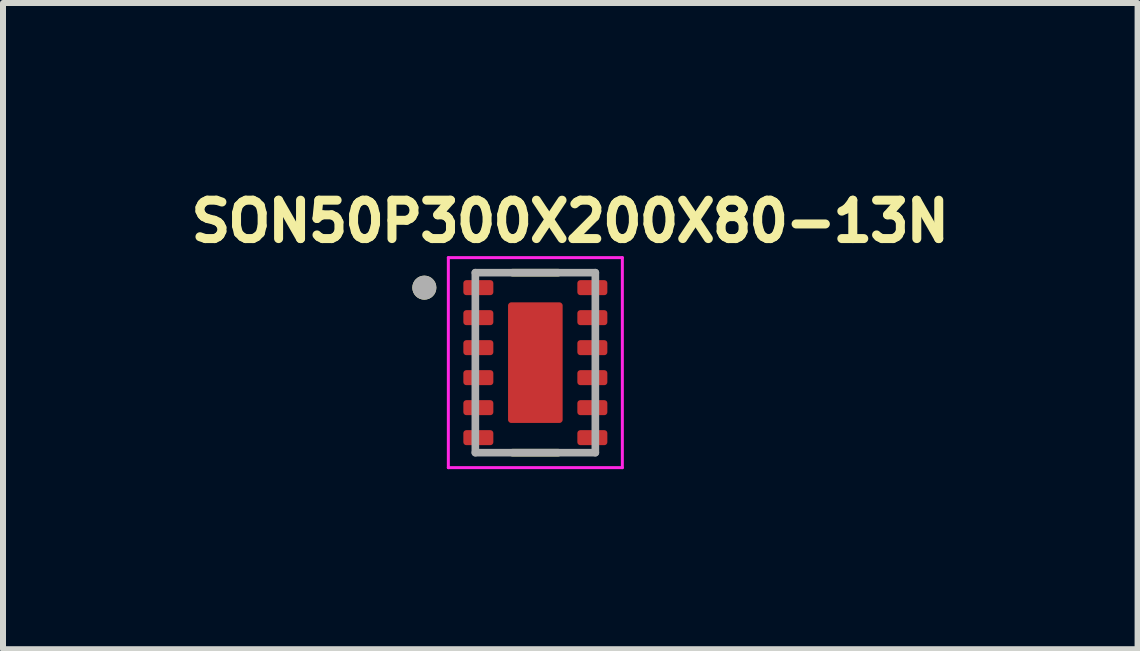
<source format=kicad_pcb>
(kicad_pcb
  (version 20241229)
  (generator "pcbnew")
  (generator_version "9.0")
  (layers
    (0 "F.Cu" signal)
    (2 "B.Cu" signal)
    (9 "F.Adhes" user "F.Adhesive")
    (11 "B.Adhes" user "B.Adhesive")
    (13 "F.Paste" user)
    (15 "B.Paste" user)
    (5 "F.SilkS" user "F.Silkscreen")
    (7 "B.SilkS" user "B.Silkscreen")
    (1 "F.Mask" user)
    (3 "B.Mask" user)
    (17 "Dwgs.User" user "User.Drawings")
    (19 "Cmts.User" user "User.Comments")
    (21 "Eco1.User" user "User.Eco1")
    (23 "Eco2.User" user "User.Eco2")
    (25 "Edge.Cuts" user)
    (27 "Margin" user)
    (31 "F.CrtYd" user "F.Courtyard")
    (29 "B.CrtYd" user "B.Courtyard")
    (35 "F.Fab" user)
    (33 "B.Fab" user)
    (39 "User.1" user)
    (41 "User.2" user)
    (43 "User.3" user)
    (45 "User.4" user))
  (footprint "SON50P300X200X80-13N"
    (layer "F.Cu")
    (at 5.872 2.994)
    (property "Reference" "SON50P300X200X80-13N" (at 0.582 -2.356 0) (layer "F.SilkS") (effects (font (size 0.64 0.64) (thickness 0.15))))
    (attr smd)
    (fp_poly (pts (xy -0.32 -0.195) (xy 0 -0.195) (xy 0.32 -0.195)) (stroke (width 0.01) (type solid)) (fill yes) (layer "F.Mask"))
    (fp_poly (pts (xy -1.27 -1.105) (xy -1.27 -1.395) (xy -1.27 -1.398) (xy -1.27 -1.4) (xy -1.269 -1.403) (xy -1.269 -1.405) (xy -1.268 -1.408) (xy -1.268 -1.41) (xy -1.267 -1.413) (xy -1.266 -1.415) (xy -1.265 -1.418) (xy -1.263 -1.42) (xy -1.262 -1.422) (xy -1.26 -1.424) (xy -1.259 -1.426) (xy -1.257 -1.428) (xy -1.255 -1.43) (xy -1.253 -1.432) (xy -1.251 -1.434) (xy -1.249 -1.435) (xy -1.247 -1.437) (xy -1.245 -1.438) (xy -1.243 -1.44) (xy -1.24 -1.441) (xy -1.238 -1.442) (xy -1.235 -1.443) (xy -1.233 -1.443) (xy -1.23 -1.444) (xy -1.228 -1.444) (xy -1.225 -1.445) (xy -1.223 -1.445) (xy -1.22 -1.445) (xy -0.68 -1.445) (xy -0.677 -1.445) (xy -0.675 -1.445) (xy -0.672 -1.444) (xy -0.67 -1.444) (xy -0.667 -1.443) (xy -0.665 -1.443) (xy -0.662 -1.442) (xy -0.66 -1.441) (xy -0.657 -1.44) (xy -0.655 -1.438) (xy -0.653 -1.437) (xy -0.651 -1.435) (xy -0.649 -1.434) (xy -0.647 -1.432) (xy -0.645 -1.43) (xy -0.643 -1.428) (xy -0.641 -1.426) (xy -0.64 -1.424) (xy -0.638 -1.422) (xy -0.637 -1.42) (xy -0.635 -1.418) (xy -0.634 -1.415) (xy -0.633 -1.413) (xy -0.632 -1.41) (xy -0.632 -1.408) (xy -0.631 -1.405) (xy -0.631 -1.403) (xy -0.63 -1.4) (xy -0.63 -1.398) (xy -0.63 -1.395) (xy -0.63 -1.105) (xy -0.63 -1.102) (xy -0.63 -1.1) (xy -0.631 -1.097) (xy -0.631 -1.095) (xy -0.632 -1.092) (xy -0.632 -1.09) (xy -0.633 -1.087) (xy -0.634 -1.085) (xy -0.635 -1.082) (xy -0.637 -1.08) (xy -0.638 -1.078) (xy -0.64 -1.076) (xy -0.641 -1.074) (xy -0.643 -1.072) (xy -0.645 -1.07) (xy -0.647 -1.068) (xy -0.649 -1.066) (xy -0.651 -1.065) (xy -0.653 -1.063) (xy -0.655 -1.062) (xy -0.657 -1.06) (xy -0.66 -1.059) (xy -0.662 -1.058) (xy -0.665 -1.057) (xy -0.667 -1.057) (xy -0.67 -1.056) (xy -0.672 -1.056) (xy -0.675 -1.055) (xy -0.677 -1.055) (xy -0.68 -1.055) (xy -1.22 -1.055) (xy -1.223 -1.055) (xy -1.225 -1.055) (xy -1.228 -1.056) (xy -1.23 -1.056) (xy -1.233 -1.057) (xy -1.235 -1.057) (xy -1.238 -1.058) (xy -1.24 -1.059) (xy -1.243 -1.06) (xy -1.245 -1.062) (xy -1.247 -1.063) (xy -1.249 -1.065) (xy -1.251 -1.066) (xy -1.253 -1.068) (xy -1.255 -1.07) (xy -1.257 -1.072) (xy -1.259 -1.074) (xy -1.26 -1.076) (xy -1.262 -1.078) (xy -1.263 -1.08) (xy -1.265 -1.082) (xy -1.266 -1.085) (xy -1.267 -1.087) (xy -1.268 -1.09) (xy -1.268 -1.092) (xy -1.269 -1.095) (xy -1.269 -1.097) (xy -1.27 -1.1) (xy -1.27 -1.102) (xy -1.27 -1.105)) (stroke (width 0.01) (type solid)) (fill yes) (layer "F.Mask"))
    (fp_poly (pts (xy -1.27 -0.605) (xy -1.27 -0.895) (xy -1.27 -0.898) (xy -1.27 -0.9) (xy -1.269 -0.903) (xy -1.269 -0.905) (xy -1.268 -0.908) (xy -1.268 -0.91) (xy -1.267 -0.913) (xy -1.266 -0.915) (xy -1.265 -0.918) (xy -1.263 -0.92) (xy -1.262 -0.922) (xy -1.26 -0.924) (xy -1.259 -0.926) (xy -1.257 -0.928) (xy -1.255 -0.93) (xy -1.253 -0.932) (xy -1.251 -0.934) (xy -1.249 -0.935) (xy -1.247 -0.937) (xy -1.245 -0.938) (xy -1.243 -0.94) (xy -1.24 -0.941) (xy -1.238 -0.942) (xy -1.235 -0.943) (xy -1.233 -0.943) (xy -1.23 -0.944) (xy -1.228 -0.944) (xy -1.225 -0.945) (xy -1.223 -0.945) (xy -1.22 -0.945) (xy -0.68 -0.945) (xy -0.677 -0.945) (xy -0.675 -0.945) (xy -0.672 -0.944) (xy -0.67 -0.944) (xy -0.667 -0.943) (xy -0.665 -0.943) (xy -0.662 -0.942) (xy -0.66 -0.941) (xy -0.657 -0.94) (xy -0.655 -0.938) (xy -0.653 -0.937) (xy -0.651 -0.935) (xy -0.649 -0.934) (xy -0.647 -0.932) (xy -0.645 -0.93) (xy -0.643 -0.928) (xy -0.641 -0.926) (xy -0.64 -0.924) (xy -0.638 -0.922) (xy -0.637 -0.92) (xy -0.635 -0.918) (xy -0.634 -0.915) (xy -0.633 -0.913) (xy -0.632 -0.91) (xy -0.632 -0.908) (xy -0.631 -0.905) (xy -0.631 -0.903) (xy -0.63 -0.9) (xy -0.63 -0.898) (xy -0.63 -0.895) (xy -0.63 -0.605) (xy -0.63 -0.602) (xy -0.63 -0.6) (xy -0.631 -0.597) (xy -0.631 -0.595) (xy -0.632 -0.592) (xy -0.632 -0.59) (xy -0.633 -0.587) (xy -0.634 -0.585) (xy -0.635 -0.582) (xy -0.637 -0.58) (xy -0.638 -0.578) (xy -0.64 -0.576) (xy -0.641 -0.574) (xy -0.643 -0.572) (xy -0.645 -0.57) (xy -0.647 -0.568) (xy -0.649 -0.566) (xy -0.651 -0.565) (xy -0.653 -0.563) (xy -0.655 -0.562) (xy -0.657 -0.56) (xy -0.66 -0.559) (xy -0.662 -0.558) (xy -0.665 -0.557) (xy -0.667 -0.557) (xy -0.67 -0.556) (xy -0.672 -0.556) (xy -0.675 -0.555) (xy -0.677 -0.555) (xy -0.68 -0.555) (xy -1.22 -0.555) (xy -1.223 -0.555) (xy -1.225 -0.555) (xy -1.228 -0.556) (xy -1.23 -0.556) (xy -1.233 -0.557) (xy -1.235 -0.557) (xy -1.238 -0.558) (xy -1.24 -0.559) (xy -1.243 -0.56) (xy -1.245 -0.562) (xy -1.247 -0.563) (xy -1.249 -0.565) (xy -1.251 -0.566) (xy -1.253 -0.568) (xy -1.255 -0.57) (xy -1.257 -0.572) (xy -1.259 -0.574) (xy -1.26 -0.576) (xy -1.262 -0.578) (xy -1.263 -0.58) (xy -1.265 -0.582) (xy -1.266 -0.585) (xy -1.267 -0.587) (xy -1.268 -0.59) (xy -1.268 -0.592) (xy -1.269 -0.595) (xy -1.269 -0.597) (xy -1.27 -0.6) (xy -1.27 -0.602) (xy -1.27 -0.605)) (stroke (width 0.01) (type solid)) (fill yes) (layer "F.Mask"))
    (fp_poly (pts (xy -1.27 -0.105) (xy -1.27 -0.395) (xy -1.27 -0.398) (xy -1.27 -0.4) (xy -1.269 -0.403) (xy -1.269 -0.405) (xy -1.268 -0.408) (xy -1.268 -0.41) (xy -1.267 -0.413) (xy -1.266 -0.415) (xy -1.265 -0.418) (xy -1.263 -0.42) (xy -1.262 -0.422) (xy -1.26 -0.424) (xy -1.259 -0.426) (xy -1.257 -0.428) (xy -1.255 -0.43) (xy -1.253 -0.432) (xy -1.251 -0.434) (xy -1.249 -0.435) (xy -1.247 -0.437) (xy -1.245 -0.438) (xy -1.243 -0.44) (xy -1.24 -0.441) (xy -1.238 -0.442) (xy -1.235 -0.443) (xy -1.233 -0.443) (xy -1.23 -0.444) (xy -1.228 -0.444) (xy -1.225 -0.445) (xy -1.223 -0.445) (xy -1.22 -0.445) (xy -0.68 -0.445) (xy -0.677 -0.445) (xy -0.675 -0.445) (xy -0.672 -0.444) (xy -0.67 -0.444) (xy -0.667 -0.443) (xy -0.665 -0.443) (xy -0.662 -0.442) (xy -0.66 -0.441) (xy -0.657 -0.44) (xy -0.655 -0.438) (xy -0.653 -0.437) (xy -0.651 -0.435) (xy -0.649 -0.434) (xy -0.647 -0.432) (xy -0.645 -0.43) (xy -0.643 -0.428) (xy -0.641 -0.426) (xy -0.64 -0.424) (xy -0.638 -0.422) (xy -0.637 -0.42) (xy -0.635 -0.418) (xy -0.634 -0.415) (xy -0.633 -0.413) (xy -0.632 -0.41) (xy -0.632 -0.408) (xy -0.631 -0.405) (xy -0.631 -0.403) (xy -0.63 -0.4) (xy -0.63 -0.398) (xy -0.63 -0.395) (xy -0.63 -0.105) (xy -0.63 -0.102) (xy -0.63 -0.1) (xy -0.631 -0.097) (xy -0.631 -0.095) (xy -0.632 -0.092) (xy -0.632 -0.09) (xy -0.633 -0.087) (xy -0.634 -0.085) (xy -0.635 -0.082) (xy -0.637 -0.08) (xy -0.638 -0.078) (xy -0.64 -0.076) (xy -0.641 -0.074) (xy -0.643 -0.072) (xy -0.645 -0.07) (xy -0.647 -0.068) (xy -0.649 -0.066) (xy -0.651 -0.065) (xy -0.653 -0.063) (xy -0.655 -0.062) (xy -0.657 -0.06) (xy -0.66 -0.059) (xy -0.662 -0.058) (xy -0.665 -0.057) (xy -0.667 -0.057) (xy -0.67 -0.056) (xy -0.672 -0.056) (xy -0.675 -0.055) (xy -0.677 -0.055) (xy -0.68 -0.055) (xy -1.22 -0.055) (xy -1.223 -0.055) (xy -1.225 -0.055) (xy -1.228 -0.056) (xy -1.23 -0.056) (xy -1.233 -0.057) (xy -1.235 -0.057) (xy -1.238 -0.058) (xy -1.24 -0.059) (xy -1.243 -0.06) (xy -1.245 -0.062) (xy -1.247 -0.063) (xy -1.249 -0.065) (xy -1.251 -0.066) (xy -1.253 -0.068) (xy -1.255 -0.07) (xy -1.257 -0.072) (xy -1.259 -0.074) (xy -1.26 -0.076) (xy -1.262 -0.078) (xy -1.263 -0.08) (xy -1.265 -0.082) (xy -1.266 -0.085) (xy -1.267 -0.087) (xy -1.268 -0.09) (xy -1.268 -0.092) (xy -1.269 -0.095) (xy -1.269 -0.097) (xy -1.27 -0.1) (xy -1.27 -0.102) (xy -1.27 -0.105)) (stroke (width 0.01) (type solid)) (fill yes) (layer "F.Mask"))
    (fp_poly (pts (xy -1.27 0.395) (xy -1.27 0.105) (xy -1.27 0.102) (xy -1.27 0.1) (xy -1.269 0.097) (xy -1.269 0.095) (xy -1.268 0.092) (xy -1.268 0.09) (xy -1.267 0.087) (xy -1.266 0.085) (xy -1.265 0.082) (xy -1.263 0.08) (xy -1.262 0.078) (xy -1.26 0.076) (xy -1.259 0.074) (xy -1.257 0.072) (xy -1.255 0.07) (xy -1.253 0.068) (xy -1.251 0.066) (xy -1.249 0.065) (xy -1.247 0.063) (xy -1.245 0.062) (xy -1.243 0.06) (xy -1.24 0.059) (xy -1.238 0.058) (xy -1.235 0.057) (xy -1.233 0.057) (xy -1.23 0.056) (xy -1.228 0.056) (xy -1.225 0.055) (xy -1.223 0.055) (xy -1.22 0.055) (xy -0.68 0.055) (xy -0.677 0.055) (xy -0.675 0.055) (xy -0.672 0.056) (xy -0.67 0.056) (xy -0.667 0.057) (xy -0.665 0.057) (xy -0.662 0.058) (xy -0.66 0.059) (xy -0.657 0.06) (xy -0.655 0.062) (xy -0.653 0.063) (xy -0.651 0.065) (xy -0.649 0.066) (xy -0.647 0.068) (xy -0.645 0.07) (xy -0.643 0.072) (xy -0.641 0.074) (xy -0.64 0.076) (xy -0.638 0.078) (xy -0.637 0.08) (xy -0.635 0.082) (xy -0.634 0.085) (xy -0.633 0.087) (xy -0.632 0.09) (xy -0.632 0.092) (xy -0.631 0.095) (xy -0.631 0.097) (xy -0.63 0.1) (xy -0.63 0.102) (xy -0.63 0.105) (xy -0.63 0.395) (xy -0.63 0.398) (xy -0.63 0.4) (xy -0.631 0.403) (xy -0.631 0.405) (xy -0.632 0.408) (xy -0.632 0.41) (xy -0.633 0.413) (xy -0.634 0.415) (xy -0.635 0.418) (xy -0.637 0.42) (xy -0.638 0.422) (xy -0.64 0.424) (xy -0.641 0.426) (xy -0.643 0.428) (xy -0.645 0.43) (xy -0.647 0.432) (xy -0.649 0.434) (xy -0.651 0.435) (xy -0.653 0.437) (xy -0.655 0.438) (xy -0.657 0.44) (xy -0.66 0.441) (xy -0.662 0.442) (xy -0.665 0.443) (xy -0.667 0.443) (xy -0.67 0.444) (xy -0.672 0.444) (xy -0.675 0.445) (xy -0.677 0.445) (xy -0.68 0.445) (xy -1.22 0.445) (xy -1.223 0.445) (xy -1.225 0.445) (xy -1.228 0.444) (xy -1.23 0.444) (xy -1.233 0.443) (xy -1.235 0.443) (xy -1.238 0.442) (xy -1.24 0.441) (xy -1.243 0.44) (xy -1.245 0.438) (xy -1.247 0.437) (xy -1.249 0.435) (xy -1.251 0.434) (xy -1.253 0.432) (xy -1.255 0.43) (xy -1.257 0.428) (xy -1.259 0.426) (xy -1.26 0.424) (xy -1.262 0.422) (xy -1.263 0.42) (xy -1.265 0.418) (xy -1.266 0.415) (xy -1.267 0.413) (xy -1.268 0.41) (xy -1.268 0.408) (xy -1.269 0.405) (xy -1.269 0.403) (xy -1.27 0.4) (xy -1.27 0.398) (xy -1.27 0.395)) (stroke (width 0.01) (type solid)) (fill yes) (layer "F.Mask"))
    (fp_poly (pts (xy -1.27 0.895) (xy -1.27 0.605) (xy -1.27 0.602) (xy -1.27 0.6) (xy -1.269 0.597) (xy -1.269 0.595) (xy -1.268 0.592) (xy -1.268 0.59) (xy -1.267 0.587) (xy -1.266 0.585) (xy -1.265 0.582) (xy -1.263 0.58) (xy -1.262 0.578) (xy -1.26 0.576) (xy -1.259 0.574) (xy -1.257 0.572) (xy -1.255 0.57) (xy -1.253 0.568) (xy -1.251 0.566) (xy -1.249 0.565) (xy -1.247 0.563) (xy -1.245 0.562) (xy -1.243 0.56) (xy -1.24 0.559) (xy -1.238 0.558) (xy -1.235 0.557) (xy -1.233 0.557) (xy -1.23 0.556) (xy -1.228 0.556) (xy -1.225 0.555) (xy -1.223 0.555) (xy -1.22 0.555) (xy -0.68 0.555) (xy -0.677 0.555) (xy -0.675 0.555) (xy -0.672 0.556) (xy -0.67 0.556) (xy -0.667 0.557) (xy -0.665 0.557) (xy -0.662 0.558) (xy -0.66 0.559) (xy -0.657 0.56) (xy -0.655 0.562) (xy -0.653 0.563) (xy -0.651 0.565) (xy -0.649 0.566) (xy -0.647 0.568) (xy -0.645 0.57) (xy -0.643 0.572) (xy -0.641 0.574) (xy -0.64 0.576) (xy -0.638 0.578) (xy -0.637 0.58) (xy -0.635 0.582) (xy -0.634 0.585) (xy -0.633 0.587) (xy -0.632 0.59) (xy -0.632 0.592) (xy -0.631 0.595) (xy -0.631 0.597) (xy -0.63 0.6) (xy -0.63 0.602) (xy -0.63 0.605) (xy -0.63 0.895) (xy -0.63 0.898) (xy -0.63 0.9) (xy -0.631 0.903) (xy -0.631 0.905) (xy -0.632 0.908) (xy -0.632 0.91) (xy -0.633 0.913) (xy -0.634 0.915) (xy -0.635 0.918) (xy -0.637 0.92) (xy -0.638 0.922) (xy -0.64 0.924) (xy -0.641 0.926) (xy -0.643 0.928) (xy -0.645 0.93) (xy -0.647 0.932) (xy -0.649 0.934) (xy -0.651 0.935) (xy -0.653 0.937) (xy -0.655 0.938) (xy -0.657 0.94) (xy -0.66 0.941) (xy -0.662 0.942) (xy -0.665 0.943) (xy -0.667 0.943) (xy -0.67 0.944) (xy -0.672 0.944) (xy -0.675 0.945) (xy -0.677 0.945) (xy -0.68 0.945) (xy -1.22 0.945) (xy -1.223 0.945) (xy -1.225 0.945) (xy -1.228 0.944) (xy -1.23 0.944) (xy -1.233 0.943) (xy -1.235 0.943) (xy -1.238 0.942) (xy -1.24 0.941) (xy -1.243 0.94) (xy -1.245 0.938) (xy -1.247 0.937) (xy -1.249 0.935) (xy -1.251 0.934) (xy -1.253 0.932) (xy -1.255 0.93) (xy -1.257 0.928) (xy -1.259 0.926) (xy -1.26 0.924) (xy -1.262 0.922) (xy -1.263 0.92) (xy -1.265 0.918) (xy -1.266 0.915) (xy -1.267 0.913) (xy -1.268 0.91) (xy -1.268 0.908) (xy -1.269 0.905) (xy -1.269 0.903) (xy -1.27 0.9) (xy -1.27 0.898) (xy -1.27 0.895)) (stroke (width 0.01) (type solid)) (fill yes) (layer "F.Mask"))
    (fp_poly (pts (xy -1.27 1.395) (xy -1.27 1.105) (xy -1.27 1.102) (xy -1.27 1.1) (xy -1.269 1.097) (xy -1.269 1.095) (xy -1.268 1.092) (xy -1.268 1.09) (xy -1.267 1.087) (xy -1.266 1.085) (xy -1.265 1.082) (xy -1.263 1.08) (xy -1.262 1.078) (xy -1.26 1.076) (xy -1.259 1.074) (xy -1.257 1.072) (xy -1.255 1.07) (xy -1.253 1.068) (xy -1.251 1.066) (xy -1.249 1.065) (xy -1.247 1.063) (xy -1.245 1.062) (xy -1.243 1.06) (xy -1.24 1.059) (xy -1.238 1.058) (xy -1.235 1.057) (xy -1.233 1.057) (xy -1.23 1.056) (xy -1.228 1.056) (xy -1.225 1.055) (xy -1.223 1.055) (xy -1.22 1.055) (xy -0.68 1.055) (xy -0.677 1.055) (xy -0.675 1.055) (xy -0.672 1.056) (xy -0.67 1.056) (xy -0.667 1.057) (xy -0.665 1.057) (xy -0.662 1.058) (xy -0.66 1.059) (xy -0.657 1.06) (xy -0.655 1.062) (xy -0.653 1.063) (xy -0.651 1.065) (xy -0.649 1.066) (xy -0.647 1.068) (xy -0.645 1.07) (xy -0.643 1.072) (xy -0.641 1.074) (xy -0.64 1.076) (xy -0.638 1.078) (xy -0.637 1.08) (xy -0.635 1.082) (xy -0.634 1.085) (xy -0.633 1.087) (xy -0.632 1.09) (xy -0.632 1.092) (xy -0.631 1.095) (xy -0.631 1.097) (xy -0.63 1.1) (xy -0.63 1.102) (xy -0.63 1.105) (xy -0.63 1.395) (xy -0.63 1.398) (xy -0.63 1.4) (xy -0.631 1.403) (xy -0.631 1.405) (xy -0.632 1.408) (xy -0.632 1.41) (xy -0.633 1.413) (xy -0.634 1.415) (xy -0.635 1.418) (xy -0.637 1.42) (xy -0.638 1.422) (xy -0.64 1.424) (xy -0.641 1.426) (xy -0.643 1.428) (xy -0.645 1.43) (xy -0.647 1.432) (xy -0.649 1.434) (xy -0.651 1.435) (xy -0.653 1.437) (xy -0.655 1.438) (xy -0.657 1.44) (xy -0.66 1.441) (xy -0.662 1.442) (xy -0.665 1.443) (xy -0.667 1.443) (xy -0.67 1.444) (xy -0.672 1.444) (xy -0.675 1.445) (xy -0.677 1.445) (xy -0.68 1.445) (xy -1.22 1.445) (xy -1.223 1.445) (xy -1.225 1.445) (xy -1.228 1.444) (xy -1.23 1.444) (xy -1.233 1.443) (xy -1.235 1.443) (xy -1.238 1.442) (xy -1.24 1.441) (xy -1.243 1.44) (xy -1.245 1.438) (xy -1.247 1.437) (xy -1.249 1.435) (xy -1.251 1.434) (xy -1.253 1.432) (xy -1.255 1.43) (xy -1.257 1.428) (xy -1.259 1.426) (xy -1.26 1.424) (xy -1.262 1.422) (xy -1.263 1.42) (xy -1.265 1.418) (xy -1.266 1.415) (xy -1.267 1.413) (xy -1.268 1.41) (xy -1.268 1.408) (xy -1.269 1.405) (xy -1.269 1.403) (xy -1.27 1.4) (xy -1.27 1.398) (xy -1.27 1.395)) (stroke (width 0.01) (type solid)) (fill yes) (layer "F.Mask"))
    (fp_poly (pts (xy 0.52 -1.02) (xy 0.52 1.02) (xy 0.52 1.023) (xy 0.52 1.025) (xy 0.519 1.028) (xy 0.519 1.03) (xy 0.518 1.033) (xy 0.518 1.035) (xy 0.517 1.038) (xy 0.516 1.04) (xy 0.515 1.043) (xy 0.513 1.045) (xy 0.512 1.047) (xy 0.51 1.049) (xy 0.509 1.051) (xy 0.507 1.053) (xy 0.505 1.055) (xy 0.503 1.057) (xy 0.501 1.059) (xy 0.499 1.06) (xy 0.497 1.062) (xy 0.495 1.063) (xy 0.493 1.065) (xy 0.49 1.066) (xy 0.488 1.067) (xy 0.485 1.068) (xy 0.483 1.068) (xy 0.48 1.069) (xy 0.478 1.069) (xy 0.475 1.07) (xy 0.473 1.07) (xy 0.47 1.07) (xy -0.47 1.07) (xy -0.473 1.07) (xy -0.475 1.07) (xy -0.478 1.069) (xy -0.48 1.069) (xy -0.483 1.068) (xy -0.485 1.068) (xy -0.488 1.067) (xy -0.49 1.066) (xy -0.493 1.065) (xy -0.495 1.063) (xy -0.497 1.062) (xy -0.499 1.06) (xy -0.501 1.059) (xy -0.503 1.057) (xy -0.505 1.055) (xy -0.507 1.053) (xy -0.509 1.051) (xy -0.51 1.049) (xy -0.512 1.047) (xy -0.513 1.045) (xy -0.515 1.043) (xy -0.516 1.04) (xy -0.517 1.038) (xy -0.518 1.035) (xy -0.518 1.033) (xy -0.519 1.03) (xy -0.519 1.028) (xy -0.52 1.025) (xy -0.52 1.023) (xy -0.52 1.02) (xy -0.52 -1.02) (xy -0.52 -1.023) (xy -0.52 -1.025) (xy -0.519 -1.028) (xy -0.519 -1.03) (xy -0.518 -1.033) (xy -0.518 -1.035) (xy -0.517 -1.038) (xy -0.516 -1.04) (xy -0.515 -1.043) (xy -0.513 -1.045) (xy -0.512 -1.047) (xy -0.51 -1.049) (xy -0.509 -1.051) (xy -0.507 -1.053) (xy -0.505 -1.055) (xy -0.503 -1.057) (xy -0.501 -1.059) (xy -0.499 -1.06) (xy -0.497 -1.062) (xy -0.495 -1.063) (xy -0.493 -1.065) (xy -0.49 -1.066) (xy -0.488 -1.067) (xy -0.485 -1.068) (xy -0.483 -1.068) (xy -0.48 -1.069) (xy -0.478 -1.069) (xy -0.475 -1.07) (xy -0.473 -1.07) (xy -0.47 -1.07) (xy 0.47 -1.07) (xy 0.473 -1.07) (xy 0.475 -1.07) (xy 0.478 -1.069) (xy 0.48 -1.069) (xy 0.483 -1.068) (xy 0.485 -1.068) (xy 0.488 -1.067) (xy 0.49 -1.066) (xy 0.493 -1.065) (xy 0.495 -1.063) (xy 0.497 -1.062) (xy 0.499 -1.06) (xy 0.501 -1.059) (xy 0.503 -1.057) (xy 0.505 -1.055) (xy 0.507 -1.053) (xy 0.509 -1.051) (xy 0.51 -1.049) (xy 0.512 -1.047) (xy 0.513 -1.045) (xy 0.515 -1.043) (xy 0.516 -1.04) (xy 0.517 -1.038) (xy 0.518 -1.035) (xy 0.518 -1.033) (xy 0.519 -1.03) (xy 0.519 -1.028) (xy 0.52 -1.025) (xy 0.52 -1.023) (xy 0.52 -1.02)) (stroke (width 0.01) (type solid)) (fill yes) (layer "F.Mask"))
    (fp_poly (pts (xy 0.63 -1.105) (xy 0.63 -1.395) (xy 0.63 -1.398) (xy 0.63 -1.4) (xy 0.631 -1.403) (xy 0.631 -1.405) (xy 0.632 -1.408) (xy 0.632 -1.41) (xy 0.633 -1.413) (xy 0.634 -1.415) (xy 0.635 -1.418) (xy 0.637 -1.42) (xy 0.638 -1.422) (xy 0.64 -1.424) (xy 0.641 -1.426) (xy 0.643 -1.428) (xy 0.645 -1.43) (xy 0.647 -1.432) (xy 0.649 -1.434) (xy 0.651 -1.435) (xy 0.653 -1.437) (xy 0.655 -1.438) (xy 0.657 -1.44) (xy 0.66 -1.441) (xy 0.662 -1.442) (xy 0.665 -1.443) (xy 0.667 -1.443) (xy 0.67 -1.444) (xy 0.672 -1.444) (xy 0.675 -1.445) (xy 0.677 -1.445) (xy 0.68 -1.445) (xy 1.22 -1.445) (xy 1.223 -1.445) (xy 1.225 -1.445) (xy 1.228 -1.444) (xy 1.23 -1.444) (xy 1.233 -1.443) (xy 1.235 -1.443) (xy 1.238 -1.442) (xy 1.24 -1.441) (xy 1.243 -1.44) (xy 1.245 -1.438) (xy 1.247 -1.437) (xy 1.249 -1.435) (xy 1.251 -1.434) (xy 1.253 -1.432) (xy 1.255 -1.43) (xy 1.257 -1.428) (xy 1.259 -1.426) (xy 1.26 -1.424) (xy 1.262 -1.422) (xy 1.263 -1.42) (xy 1.265 -1.418) (xy 1.266 -1.415) (xy 1.267 -1.413) (xy 1.268 -1.41) (xy 1.268 -1.408) (xy 1.269 -1.405) (xy 1.269 -1.403) (xy 1.27 -1.4) (xy 1.27 -1.398) (xy 1.27 -1.395) (xy 1.27 -1.105) (xy 1.27 -1.102) (xy 1.27 -1.1) (xy 1.269 -1.097) (xy 1.269 -1.095) (xy 1.268 -1.092) (xy 1.268 -1.09) (xy 1.267 -1.087) (xy 1.266 -1.085) (xy 1.265 -1.082) (xy 1.263 -1.08) (xy 1.262 -1.078) (xy 1.26 -1.076) (xy 1.259 -1.074) (xy 1.257 -1.072) (xy 1.255 -1.07) (xy 1.253 -1.068) (xy 1.251 -1.066) (xy 1.249 -1.065) (xy 1.247 -1.063) (xy 1.245 -1.062) (xy 1.243 -1.06) (xy 1.24 -1.059) (xy 1.238 -1.058) (xy 1.235 -1.057) (xy 1.233 -1.057) (xy 1.23 -1.056) (xy 1.228 -1.056) (xy 1.225 -1.055) (xy 1.223 -1.055) (xy 1.22 -1.055) (xy 0.68 -1.055) (xy 0.677 -1.055) (xy 0.675 -1.055) (xy 0.672 -1.056) (xy 0.67 -1.056) (xy 0.667 -1.057) (xy 0.665 -1.057) (xy 0.662 -1.058) (xy 0.66 -1.059) (xy 0.657 -1.06) (xy 0.655 -1.062) (xy 0.653 -1.063) (xy 0.651 -1.065) (xy 0.649 -1.066) (xy 0.647 -1.068) (xy 0.645 -1.07) (xy 0.643 -1.072) (xy 0.641 -1.074) (xy 0.64 -1.076) (xy 0.638 -1.078) (xy 0.637 -1.08) (xy 0.635 -1.082) (xy 0.634 -1.085) (xy 0.633 -1.087) (xy 0.632 -1.09) (xy 0.632 -1.092) (xy 0.631 -1.095) (xy 0.631 -1.097) (xy 0.63 -1.1) (xy 0.63 -1.102) (xy 0.63 -1.105)) (stroke (width 0.01) (type solid)) (fill yes) (layer "F.Mask"))
    (fp_poly (pts (xy 0.63 -0.605) (xy 0.63 -0.895) (xy 0.63 -0.898) (xy 0.63 -0.9) (xy 0.631 -0.903) (xy 0.631 -0.905) (xy 0.632 -0.908) (xy 0.632 -0.91) (xy 0.633 -0.913) (xy 0.634 -0.915) (xy 0.635 -0.918) (xy 0.637 -0.92) (xy 0.638 -0.922) (xy 0.64 -0.924) (xy 0.641 -0.926) (xy 0.643 -0.928) (xy 0.645 -0.93) (xy 0.647 -0.932) (xy 0.649 -0.934) (xy 0.651 -0.935) (xy 0.653 -0.937) (xy 0.655 -0.938) (xy 0.657 -0.94) (xy 0.66 -0.941) (xy 0.662 -0.942) (xy 0.665 -0.943) (xy 0.667 -0.943) (xy 0.67 -0.944) (xy 0.672 -0.944) (xy 0.675 -0.945) (xy 0.677 -0.945) (xy 0.68 -0.945) (xy 1.22 -0.945) (xy 1.223 -0.945) (xy 1.225 -0.945) (xy 1.228 -0.944) (xy 1.23 -0.944) (xy 1.233 -0.943) (xy 1.235 -0.943) (xy 1.238 -0.942) (xy 1.24 -0.941) (xy 1.243 -0.94) (xy 1.245 -0.938) (xy 1.247 -0.937) (xy 1.249 -0.935) (xy 1.251 -0.934) (xy 1.253 -0.932) (xy 1.255 -0.93) (xy 1.257 -0.928) (xy 1.259 -0.926) (xy 1.26 -0.924) (xy 1.262 -0.922) (xy 1.263 -0.92) (xy 1.265 -0.918) (xy 1.266 -0.915) (xy 1.267 -0.913) (xy 1.268 -0.91) (xy 1.268 -0.908) (xy 1.269 -0.905) (xy 1.269 -0.903) (xy 1.27 -0.9) (xy 1.27 -0.898) (xy 1.27 -0.895) (xy 1.27 -0.605) (xy 1.27 -0.602) (xy 1.27 -0.6) (xy 1.269 -0.597) (xy 1.269 -0.595) (xy 1.268 -0.592) (xy 1.268 -0.59) (xy 1.267 -0.587) (xy 1.266 -0.585) (xy 1.265 -0.582) (xy 1.263 -0.58) (xy 1.262 -0.578) (xy 1.26 -0.576) (xy 1.259 -0.574) (xy 1.257 -0.572) (xy 1.255 -0.57) (xy 1.253 -0.568) (xy 1.251 -0.566) (xy 1.249 -0.565) (xy 1.247 -0.563) (xy 1.245 -0.562) (xy 1.243 -0.56) (xy 1.24 -0.559) (xy 1.238 -0.558) (xy 1.235 -0.557) (xy 1.233 -0.557) (xy 1.23 -0.556) (xy 1.228 -0.556) (xy 1.225 -0.555) (xy 1.223 -0.555) (xy 1.22 -0.555) (xy 0.68 -0.555) (xy 0.677 -0.555) (xy 0.675 -0.555) (xy 0.672 -0.556) (xy 0.67 -0.556) (xy 0.667 -0.557) (xy 0.665 -0.557) (xy 0.662 -0.558) (xy 0.66 -0.559) (xy 0.657 -0.56) (xy 0.655 -0.562) (xy 0.653 -0.563) (xy 0.651 -0.565) (xy 0.649 -0.566) (xy 0.647 -0.568) (xy 0.645 -0.57) (xy 0.643 -0.572) (xy 0.641 -0.574) (xy 0.64 -0.576) (xy 0.638 -0.578) (xy 0.637 -0.58) (xy 0.635 -0.582) (xy 0.634 -0.585) (xy 0.633 -0.587) (xy 0.632 -0.59) (xy 0.632 -0.592) (xy 0.631 -0.595) (xy 0.631 -0.597) (xy 0.63 -0.6) (xy 0.63 -0.602) (xy 0.63 -0.605)) (stroke (width 0.01) (type solid)) (fill yes) (layer "F.Mask"))
    (fp_poly (pts (xy 0.63 -0.105) (xy 0.63 -0.395) (xy 0.63 -0.398) (xy 0.63 -0.4) (xy 0.631 -0.403) (xy 0.631 -0.405) (xy 0.632 -0.408) (xy 0.632 -0.41) (xy 0.633 -0.413) (xy 0.634 -0.415) (xy 0.635 -0.418) (xy 0.637 -0.42) (xy 0.638 -0.422) (xy 0.64 -0.424) (xy 0.641 -0.426) (xy 0.643 -0.428) (xy 0.645 -0.43) (xy 0.647 -0.432) (xy 0.649 -0.434) (xy 0.651 -0.435) (xy 0.653 -0.437) (xy 0.655 -0.438) (xy 0.657 -0.44) (xy 0.66 -0.441) (xy 0.662 -0.442) (xy 0.665 -0.443) (xy 0.667 -0.443) (xy 0.67 -0.444) (xy 0.672 -0.444) (xy 0.675 -0.445) (xy 0.677 -0.445) (xy 0.68 -0.445) (xy 1.22 -0.445) (xy 1.223 -0.445) (xy 1.225 -0.445) (xy 1.228 -0.444) (xy 1.23 -0.444) (xy 1.233 -0.443) (xy 1.235 -0.443) (xy 1.238 -0.442) (xy 1.24 -0.441) (xy 1.243 -0.44) (xy 1.245 -0.438) (xy 1.247 -0.437) (xy 1.249 -0.435) (xy 1.251 -0.434) (xy 1.253 -0.432) (xy 1.255 -0.43) (xy 1.257 -0.428) (xy 1.259 -0.426) (xy 1.26 -0.424) (xy 1.262 -0.422) (xy 1.263 -0.42) (xy 1.265 -0.418) (xy 1.266 -0.415) (xy 1.267 -0.413) (xy 1.268 -0.41) (xy 1.268 -0.408) (xy 1.269 -0.405) (xy 1.269 -0.403) (xy 1.27 -0.4) (xy 1.27 -0.398) (xy 1.27 -0.395) (xy 1.27 -0.105) (xy 1.27 -0.102) (xy 1.27 -0.1) (xy 1.269 -0.097) (xy 1.269 -0.095) (xy 1.268 -0.092) (xy 1.268 -0.09) (xy 1.267 -0.087) (xy 1.266 -0.085) (xy 1.265 -0.082) (xy 1.263 -0.08) (xy 1.262 -0.078) (xy 1.26 -0.076) (xy 1.259 -0.074) (xy 1.257 -0.072) (xy 1.255 -0.07) (xy 1.253 -0.068) (xy 1.251 -0.066) (xy 1.249 -0.065) (xy 1.247 -0.063) (xy 1.245 -0.062) (xy 1.243 -0.06) (xy 1.24 -0.059) (xy 1.238 -0.058) (xy 1.235 -0.057) (xy 1.233 -0.057) (xy 1.23 -0.056) (xy 1.228 -0.056) (xy 1.225 -0.055) (xy 1.223 -0.055) (xy 1.22 -0.055) (xy 0.68 -0.055) (xy 0.677 -0.055) (xy 0.675 -0.055) (xy 0.672 -0.056) (xy 0.67 -0.056) (xy 0.667 -0.057) (xy 0.665 -0.057) (xy 0.662 -0.058) (xy 0.66 -0.059) (xy 0.657 -0.06) (xy 0.655 -0.062) (xy 0.653 -0.063) (xy 0.651 -0.065) (xy 0.649 -0.066) (xy 0.647 -0.068) (xy 0.645 -0.07) (xy 0.643 -0.072) (xy 0.641 -0.074) (xy 0.64 -0.076) (xy 0.638 -0.078) (xy 0.637 -0.08) (xy 0.635 -0.082) (xy 0.634 -0.085) (xy 0.633 -0.087) (xy 0.632 -0.09) (xy 0.632 -0.092) (xy 0.631 -0.095) (xy 0.631 -0.097) (xy 0.63 -0.1) (xy 0.63 -0.102) (xy 0.63 -0.105)) (stroke (width 0.01) (type solid)) (fill yes) (layer "F.Mask"))
    (fp_poly (pts (xy 0.63 0.395) (xy 0.63 0.105) (xy 0.63 0.102) (xy 0.63 0.1) (xy 0.631 0.097) (xy 0.631 0.095) (xy 0.632 0.092) (xy 0.632 0.09) (xy 0.633 0.087) (xy 0.634 0.085) (xy 0.635 0.082) (xy 0.637 0.08) (xy 0.638 0.078) (xy 0.64 0.076) (xy 0.641 0.074) (xy 0.643 0.072) (xy 0.645 0.07) (xy 0.647 0.068) (xy 0.649 0.066) (xy 0.651 0.065) (xy 0.653 0.063) (xy 0.655 0.062) (xy 0.657 0.06) (xy 0.66 0.059) (xy 0.662 0.058) (xy 0.665 0.057) (xy 0.667 0.057) (xy 0.67 0.056) (xy 0.672 0.056) (xy 0.675 0.055) (xy 0.677 0.055) (xy 0.68 0.055) (xy 1.22 0.055) (xy 1.223 0.055) (xy 1.225 0.055) (xy 1.228 0.056) (xy 1.23 0.056) (xy 1.233 0.057) (xy 1.235 0.057) (xy 1.238 0.058) (xy 1.24 0.059) (xy 1.243 0.06) (xy 1.245 0.062) (xy 1.247 0.063) (xy 1.249 0.065) (xy 1.251 0.066) (xy 1.253 0.068) (xy 1.255 0.07) (xy 1.257 0.072) (xy 1.259 0.074) (xy 1.26 0.076) (xy 1.262 0.078) (xy 1.263 0.08) (xy 1.265 0.082) (xy 1.266 0.085) (xy 1.267 0.087) (xy 1.268 0.09) (xy 1.268 0.092) (xy 1.269 0.095) (xy 1.269 0.097) (xy 1.27 0.1) (xy 1.27 0.102) (xy 1.27 0.105) (xy 1.27 0.395) (xy 1.27 0.398) (xy 1.27 0.4) (xy 1.269 0.403) (xy 1.269 0.405) (xy 1.268 0.408) (xy 1.268 0.41) (xy 1.267 0.413) (xy 1.266 0.415) (xy 1.265 0.418) (xy 1.263 0.42) (xy 1.262 0.422) (xy 1.26 0.424) (xy 1.259 0.426) (xy 1.257 0.428) (xy 1.255 0.43) (xy 1.253 0.432) (xy 1.251 0.434) (xy 1.249 0.435) (xy 1.247 0.437) (xy 1.245 0.438) (xy 1.243 0.44) (xy 1.24 0.441) (xy 1.238 0.442) (xy 1.235 0.443) (xy 1.233 0.443) (xy 1.23 0.444) (xy 1.228 0.444) (xy 1.225 0.445) (xy 1.223 0.445) (xy 1.22 0.445) (xy 0.68 0.445) (xy 0.677 0.445) (xy 0.675 0.445) (xy 0.672 0.444) (xy 0.67 0.444) (xy 0.667 0.443) (xy 0.665 0.443) (xy 0.662 0.442) (xy 0.66 0.441) (xy 0.657 0.44) (xy 0.655 0.438) (xy 0.653 0.437) (xy 0.651 0.435) (xy 0.649 0.434) (xy 0.647 0.432) (xy 0.645 0.43) (xy 0.643 0.428) (xy 0.641 0.426) (xy 0.64 0.424) (xy 0.638 0.422) (xy 0.637 0.42) (xy 0.635 0.418) (xy 0.634 0.415) (xy 0.633 0.413) (xy 0.632 0.41) (xy 0.632 0.408) (xy 0.631 0.405) (xy 0.631 0.403) (xy 0.63 0.4) (xy 0.63 0.398) (xy 0.63 0.395)) (stroke (width 0.01) (type solid)) (fill yes) (layer "F.Mask"))
    (fp_poly (pts (xy 0.63 0.895) (xy 0.63 0.605) (xy 0.63 0.602) (xy 0.63 0.6) (xy 0.631 0.597) (xy 0.631 0.595) (xy 0.632 0.592) (xy 0.632 0.59) (xy 0.633 0.587) (xy 0.634 0.585) (xy 0.635 0.582) (xy 0.637 0.58) (xy 0.638 0.578) (xy 0.64 0.576) (xy 0.641 0.574) (xy 0.643 0.572) (xy 0.645 0.57) (xy 0.647 0.568) (xy 0.649 0.566) (xy 0.651 0.565) (xy 0.653 0.563) (xy 0.655 0.562) (xy 0.657 0.56) (xy 0.66 0.559) (xy 0.662 0.558) (xy 0.665 0.557) (xy 0.667 0.557) (xy 0.67 0.556) (xy 0.672 0.556) (xy 0.675 0.555) (xy 0.677 0.555) (xy 0.68 0.555) (xy 1.22 0.555) (xy 1.223 0.555) (xy 1.225 0.555) (xy 1.228 0.556) (xy 1.23 0.556) (xy 1.233 0.557) (xy 1.235 0.557) (xy 1.238 0.558) (xy 1.24 0.559) (xy 1.243 0.56) (xy 1.245 0.562) (xy 1.247 0.563) (xy 1.249 0.565) (xy 1.251 0.566) (xy 1.253 0.568) (xy 1.255 0.57) (xy 1.257 0.572) (xy 1.259 0.574) (xy 1.26 0.576) (xy 1.262 0.578) (xy 1.263 0.58) (xy 1.265 0.582) (xy 1.266 0.585) (xy 1.267 0.587) (xy 1.268 0.59) (xy 1.268 0.592) (xy 1.269 0.595) (xy 1.269 0.597) (xy 1.27 0.6) (xy 1.27 0.602) (xy 1.27 0.605) (xy 1.27 0.895) (xy 1.27 0.898) (xy 1.27 0.9) (xy 1.269 0.903) (xy 1.269 0.905) (xy 1.268 0.908) (xy 1.268 0.91) (xy 1.267 0.913) (xy 1.266 0.915) (xy 1.265 0.918) (xy 1.263 0.92) (xy 1.262 0.922) (xy 1.26 0.924) (xy 1.259 0.926) (xy 1.257 0.928) (xy 1.255 0.93) (xy 1.253 0.932) (xy 1.251 0.934) (xy 1.249 0.935) (xy 1.247 0.937) (xy 1.245 0.938) (xy 1.243 0.94) (xy 1.24 0.941) (xy 1.238 0.942) (xy 1.235 0.943) (xy 1.233 0.943) (xy 1.23 0.944) (xy 1.228 0.944) (xy 1.225 0.945) (xy 1.223 0.945) (xy 1.22 0.945) (xy 0.68 0.945) (xy 0.677 0.945) (xy 0.675 0.945) (xy 0.672 0.944) (xy 0.67 0.944) (xy 0.667 0.943) (xy 0.665 0.943) (xy 0.662 0.942) (xy 0.66 0.941) (xy 0.657 0.94) (xy 0.655 0.938) (xy 0.653 0.937) (xy 0.651 0.935) (xy 0.649 0.934) (xy 0.647 0.932) (xy 0.645 0.93) (xy 0.643 0.928) (xy 0.641 0.926) (xy 0.64 0.924) (xy 0.638 0.922) (xy 0.637 0.92) (xy 0.635 0.918) (xy 0.634 0.915) (xy 0.633 0.913) (xy 0.632 0.91) (xy 0.632 0.908) (xy 0.631 0.905) (xy 0.631 0.903) (xy 0.63 0.9) (xy 0.63 0.898) (xy 0.63 0.895)) (stroke (width 0.01) (type solid)) (fill yes) (layer "F.Mask"))
    (fp_poly (pts (xy 0.63 1.395) (xy 0.63 1.105) (xy 0.63 1.102) (xy 0.63 1.1) (xy 0.631 1.097) (xy 0.631 1.095) (xy 0.632 1.092) (xy 0.632 1.09) (xy 0.633 1.087) (xy 0.634 1.085) (xy 0.635 1.082) (xy 0.637 1.08) (xy 0.638 1.078) (xy 0.64 1.076) (xy 0.641 1.074) (xy 0.643 1.072) (xy 0.645 1.07) (xy 0.647 1.068) (xy 0.649 1.066) (xy 0.651 1.065) (xy 0.653 1.063) (xy 0.655 1.062) (xy 0.657 1.06) (xy 0.66 1.059) (xy 0.662 1.058) (xy 0.665 1.057) (xy 0.667 1.057) (xy 0.67 1.056) (xy 0.672 1.056) (xy 0.675 1.055) (xy 0.677 1.055) (xy 0.68 1.055) (xy 1.22 1.055) (xy 1.223 1.055) (xy 1.225 1.055) (xy 1.228 1.056) (xy 1.23 1.056) (xy 1.233 1.057) (xy 1.235 1.057) (xy 1.238 1.058) (xy 1.24 1.059) (xy 1.243 1.06) (xy 1.245 1.062) (xy 1.247 1.063) (xy 1.249 1.065) (xy 1.251 1.066) (xy 1.253 1.068) (xy 1.255 1.07) (xy 1.257 1.072) (xy 1.259 1.074) (xy 1.26 1.076) (xy 1.262 1.078) (xy 1.263 1.08) (xy 1.265 1.082) (xy 1.266 1.085) (xy 1.267 1.087) (xy 1.268 1.09) (xy 1.268 1.092) (xy 1.269 1.095) (xy 1.269 1.097) (xy 1.27 1.1) (xy 1.27 1.102) (xy 1.27 1.105) (xy 1.27 1.395) (xy 1.27 1.398) (xy 1.27 1.4) (xy 1.269 1.403) (xy 1.269 1.405) (xy 1.268 1.408) (xy 1.268 1.41) (xy 1.267 1.413) (xy 1.266 1.415) (xy 1.265 1.418) (xy 1.263 1.42) (xy 1.262 1.422) (xy 1.26 1.424) (xy 1.259 1.426) (xy 1.257 1.428) (xy 1.255 1.43) (xy 1.253 1.432) (xy 1.251 1.434) (xy 1.249 1.435) (xy 1.247 1.437) (xy 1.245 1.438) (xy 1.243 1.44) (xy 1.24 1.441) (xy 1.238 1.442) (xy 1.235 1.443) (xy 1.233 1.443) (xy 1.23 1.444) (xy 1.228 1.444) (xy 1.225 1.445) (xy 1.223 1.445) (xy 1.22 1.445) (xy 0.68 1.445) (xy 0.677 1.445) (xy 0.675 1.445) (xy 0.672 1.444) (xy 0.67 1.444) (xy 0.667 1.443) (xy 0.665 1.443) (xy 0.662 1.442) (xy 0.66 1.441) (xy 0.657 1.44) (xy 0.655 1.438) (xy 0.653 1.437) (xy 0.651 1.435) (xy 0.649 1.434) (xy 0.647 1.432) (xy 0.645 1.43) (xy 0.643 1.428) (xy 0.641 1.426) (xy 0.64 1.424) (xy 0.638 1.422) (xy 0.637 1.42) (xy 0.635 1.418) (xy 0.634 1.415) (xy 0.633 1.413) (xy 0.632 1.41) (xy 0.632 1.408) (xy 0.631 1.405) (xy 0.631 1.403) (xy 0.63 1.4) (xy 0.63 1.398) (xy 0.63 1.395)) (stroke (width 0.01) (type solid)) (fill yes) (layer "F.Mask"))
    (fp_line (start -0.38 -1.5) (end 0.38 -1.5) (stroke (width 0.127) (type solid)) (layer "F.SilkS"))
    (fp_line (start -0.38 1.5) (end 0.38 1.5) (stroke (width 0.127) (type solid)) (layer "F.SilkS"))
    (fp_circle (center -1.85 -1.25) (end -1.75 -1.25) (stroke (width 0.2) (type solid)) (fill no) (layer "F.SilkS"))
    (fp_poly (pts (xy 0 -0.1) (xy -0.4 -0.1) (xy -0.403 -0.1) (xy -0.405 -0.1) (xy -0.408 -0.101) (xy -0.41 -0.101) (xy -0.413 -0.102) (xy -0.415 -0.102) (xy -0.418 -0.103) (xy -0.42 -0.104) (xy -0.423 -0.105) (xy -0.425 -0.107) (xy -0.427 -0.108) (xy -0.429 -0.11) (xy -0.431 -0.111) (xy -0.433 -0.113) (xy -0.435 -0.115) (xy -0.437 -0.117) (xy -0.439 -0.119) (xy -0.44 -0.121) (xy -0.442 -0.123) (xy -0.443 -0.125) (xy -0.445 -0.127) (xy -0.446 -0.13) (xy -0.447 -0.132) (xy -0.448 -0.135) (xy -0.448 -0.137) (xy -0.449 -0.14) (xy -0.449 -0.142) (xy -0.45 -0.145) (xy -0.45 -0.147) (xy -0.45 -0.15) (xy -0.45 -0.95) (xy -0.45 -0.953) (xy -0.45 -0.955) (xy -0.449 -0.958) (xy -0.449 -0.96) (xy -0.448 -0.963) (xy -0.448 -0.965) (xy -0.447 -0.968) (xy -0.446 -0.97) (xy -0.445 -0.973) (xy -0.443 -0.975) (xy -0.442 -0.977) (xy -0.44 -0.979) (xy -0.439 -0.981) (xy -0.437 -0.983) (xy -0.435 -0.985) (xy -0.433 -0.987) (xy -0.431 -0.989) (xy -0.429 -0.99) (xy -0.427 -0.992) (xy -0.425 -0.993) (xy -0.423 -0.995) (xy -0.42 -0.996) (xy -0.418 -0.997) (xy -0.415 -0.998) (xy -0.413 -0.998) (xy -0.41 -0.999) (xy -0.408 -0.999) (xy -0.405 -1) (xy -0.403 -1) (xy -0.4 -1) (xy 0.4 -1) (xy 0.403 -1) (xy 0.405 -1) (xy 0.408 -0.999) (xy 0.41 -0.999) (xy 0.413 -0.998) (xy 0.415 -0.998) (xy 0.418 -0.997) (xy 0.42 -0.996) (xy 0.423 -0.995) (xy 0.425 -0.993) (xy 0.427 -0.992) (xy 0.429 -0.99) (xy 0.431 -0.989) (xy 0.433 -0.987) (xy 0.435 -0.985) (xy 0.437 -0.983) (xy 0.439 -0.981) (xy 0.44 -0.979) (xy 0.442 -0.977) (xy 0.443 -0.975) (xy 0.445 -0.973) (xy 0.446 -0.97) (xy 0.447 -0.968) (xy 0.448 -0.965) (xy 0.448 -0.963) (xy 0.449 -0.96) (xy 0.449 -0.958) (xy 0.45 -0.955) (xy 0.45 -0.953) (xy 0.45 -0.95) (xy 0.45 -0.55) (xy 0.45 -0.15) (xy 0.45 -0.147) (xy 0.45 -0.145) (xy 0.449 -0.142) (xy 0.449 -0.14) (xy 0.448 -0.137) (xy 0.448 -0.135) (xy 0.447 -0.132) (xy 0.446 -0.13) (xy 0.445 -0.127) (xy 0.443 -0.125) (xy 0.442 -0.123) (xy 0.44 -0.121) (xy 0.439 -0.119) (xy 0.437 -0.117) (xy 0.435 -0.115) (xy 0.433 -0.113) (xy 0.431 -0.111) (xy 0.429 -0.11) (xy 0.427 -0.108) (xy 0.425 -0.107) (xy 0.423 -0.105) (xy 0.42 -0.104) (xy 0.418 -0.103) (xy 0.415 -0.102) (xy 0.413 -0.102) (xy 0.41 -0.101) (xy 0.408 -0.101) (xy 0.405 -0.1) (xy 0.403 -0.1) (xy 0.4 -0.1) (xy 0 -0.1)) (stroke (width 0.01) (type solid)) (fill yes) (layer "F.Paste"))
    (fp_poly (pts (xy 0 1) (xy -0.4 1) (xy -0.403 1) (xy -0.405 1) (xy -0.408 0.999) (xy -0.41 0.999) (xy -0.413 0.998) (xy -0.415 0.998) (xy -0.418 0.997) (xy -0.42 0.996) (xy -0.423 0.995) (xy -0.425 0.993) (xy -0.427 0.992) (xy -0.429 0.99) (xy -0.431 0.989) (xy -0.433 0.987) (xy -0.435 0.985) (xy -0.437 0.983) (xy -0.439 0.981) (xy -0.44 0.979) (xy -0.442 0.977) (xy -0.443 0.975) (xy -0.445 0.973) (xy -0.446 0.97) (xy -0.447 0.968) (xy -0.448 0.965) (xy -0.448 0.963) (xy -0.449 0.96) (xy -0.449 0.958) (xy -0.45 0.955) (xy -0.45 0.953) (xy -0.45 0.95) (xy -0.45 0.15) (xy -0.45 0.147) (xy -0.45 0.145) (xy -0.449 0.142) (xy -0.449 0.14) (xy -0.448 0.137) (xy -0.448 0.135) (xy -0.447 0.132) (xy -0.446 0.13) (xy -0.445 0.127) (xy -0.443 0.125) (xy -0.442 0.123) (xy -0.44 0.121) (xy -0.439 0.119) (xy -0.437 0.117) (xy -0.435 0.115) (xy -0.433 0.113) (xy -0.431 0.111) (xy -0.429 0.11) (xy -0.427 0.108) (xy -0.425 0.107) (xy -0.423 0.105) (xy -0.42 0.104) (xy -0.418 0.103) (xy -0.415 0.102) (xy -0.413 0.102) (xy -0.41 0.101) (xy -0.408 0.101) (xy -0.405 0.1) (xy -0.403 0.1) (xy -0.4 0.1) (xy 0.4 0.1) (xy 0.403 0.1) (xy 0.405 0.1) (xy 0.408 0.101) (xy 0.41 0.101) (xy 0.413 0.102) (xy 0.415 0.102) (xy 0.418 0.103) (xy 0.42 0.104) (xy 0.423 0.105) (xy 0.425 0.107) (xy 0.427 0.108) (xy 0.429 0.11) (xy 0.431 0.111) (xy 0.433 0.113) (xy 0.435 0.115) (xy 0.437 0.117) (xy 0.439 0.119) (xy 0.44 0.121) (xy 0.442 0.123) (xy 0.443 0.125) (xy 0.445 0.127) (xy 0.446 0.13) (xy 0.447 0.132) (xy 0.448 0.135) (xy 0.448 0.137) (xy 0.449 0.14) (xy 0.449 0.142) (xy 0.45 0.145) (xy 0.45 0.147) (xy 0.45 0.15) (xy 0.45 0.55) (xy 0.45 0.95) (xy 0.45 0.953) (xy 0.45 0.955) (xy 0.449 0.958) (xy 0.449 0.96) (xy 0.448 0.963) (xy 0.448 0.965) (xy 0.447 0.968) (xy 0.446 0.97) (xy 0.445 0.973) (xy 0.443 0.975) (xy 0.442 0.977) (xy 0.44 0.979) (xy 0.439 0.981) (xy 0.437 0.983) (xy 0.435 0.985) (xy 0.433 0.987) (xy 0.431 0.989) (xy 0.429 0.99) (xy 0.427 0.992) (xy 0.425 0.993) (xy 0.423 0.995) (xy 0.42 0.996) (xy 0.418 0.997) (xy 0.415 0.998) (xy 0.413 0.998) (xy 0.41 0.999) (xy 0.408 0.999) (xy 0.405 1) (xy 0.403 1) (xy 0.4 1) (xy 0 1)) (stroke (width 0.01) (type solid)) (fill yes) (layer "F.Paste"))
    (fp_line (start -1.45 -1.75) (end -1.45 1.75) (stroke (width 0.05) (type solid)) (layer "F.CrtYd"))
    (fp_line (start -1.45 1.75) (end 1.45 1.75) (stroke (width 0.05) (type solid)) (layer "F.CrtYd"))
    (fp_line (start 1.45 -1.75) (end -1.45 -1.75) (stroke (width 0.05) (type solid)) (layer "F.CrtYd"))
    (fp_line (start 1.45 1.75) (end 1.45 -1.75) (stroke (width 0.05) (type solid)) (layer "F.CrtYd"))
    (fp_line (start -1 -1.5) (end -1 1.5) (stroke (width 0.127) (type solid)) (layer "F.Fab"))
    (fp_line (start -1 -1.5) (end 1 -1.5) (stroke (width 0.127) (type solid)) (layer "F.Fab"))
    (fp_line (start -1 1.5) (end 1 1.5) (stroke (width 0.127) (type solid)) (layer "F.Fab"))
    (fp_line (start 1 -1.5) (end 1 1.5) (stroke (width 0.127) (type solid)) (layer "F.Fab"))
    (fp_circle (center -1.85 -1.25) (end -1.75 -1.25) (stroke (width 0.2) (type solid)) (fill no) (layer "F.Fab"))
    (pad "1" smd roundrect (at -0.95 -1.25) (size 0.5 0.25) (layers "F.Cu" "F.Paste") (roundrect_rratio 0.2))
    (pad "2" smd roundrect (at -0.95 -0.75) (size 0.5 0.25) (layers "F.Cu" "F.Paste") (roundrect_rratio 0.2))
    (pad "3" smd roundrect (at -0.95 -0.25) (size 0.5 0.25) (layers "F.Cu" "F.Paste") (roundrect_rratio 0.2))
    (pad "4" smd roundrect (at -0.95 0.25) (size 0.5 0.25) (layers "F.Cu" "F.Paste") (roundrect_rratio 0.2))
    (pad "5" smd roundrect (at -0.95 0.75) (size 0.5 0.25) (layers "F.Cu" "F.Paste") (roundrect_rratio 0.2))
    (pad "6" smd roundrect (at -0.95 1.25) (size 0.5 0.25) (layers "F.Cu" "F.Paste") (roundrect_rratio 0.2))
    (pad "7" smd roundrect (at 0.95 1.25) (size 0.5 0.25) (layers "F.Cu" "F.Paste") (roundrect_rratio 0.2))
    (pad "8" smd roundrect (at 0.95 0.75) (size 0.5 0.25) (layers "F.Cu" "F.Paste") (roundrect_rratio 0.2))
    (pad "9" smd roundrect (at 0.95 0.25) (size 0.5 0.25) (layers "F.Cu" "F.Paste") (roundrect_rratio 0.2))
    (pad "10" smd roundrect (at 0.95 -0.25) (size 0.5 0.25) (layers "F.Cu" "F.Paste") (roundrect_rratio 0.2))
    (pad "11" smd roundrect (at 0.95 -0.75) (size 0.5 0.25) (layers "F.Cu" "F.Paste") (roundrect_rratio 0.2))
    (pad "12" smd roundrect (at 0.95 -1.25) (size 0.5 0.25) (layers "F.Cu" "F.Paste") (roundrect_rratio 0.2))
    (pad "13" smd custom (at 0 0) (size 0.5 0.5) (layers "F.Cu") (options (anchor rect)) (primitives (gr_poly (pts (xy 0.4 -1) (xy -0.4 -1) (xy -0.403 -1) (xy -0.405 -1) (xy -0.408 -0.999) (xy -0.41 -0.999) (xy -0.413 -0.998) (xy -0.415 -0.998) (xy -0.418 -0.997) (xy -0.42 -0.996) (xy -0.423 -0.995) (xy -0.425 -0.993) (xy -0.427 -0.992) (xy -0.429 -0.99) (xy -0.431 -0.989) (xy -0.433 -0.987) (xy -0.435 -0.985) (xy -0.437 -0.983) (xy -0.439 -0.981) (xy -0.44 -0.979) (xy -0.442 -0.977) (xy -0.443 -0.975) (xy -0.445 -0.973) (xy -0.446 -0.97) (xy -0.447 -0.968) (xy -0.448 -0.965) (xy -0.448 -0.963) (xy -0.449 -0.96) (xy -0.449 -0.958) (xy -0.45 -0.955) (xy -0.45 -0.953) (xy -0.45 -0.95) (xy -0.45 0.95) (xy -0.45 0.953) (xy -0.45 0.955) (xy -0.449 0.958) (xy -0.449 0.96) (xy -0.448 0.963) (xy -0.448 0.965) (xy -0.447 0.968) (xy -0.446 0.97) (xy -0.445 0.973) (xy -0.443 0.975) (xy -0.442 0.977) (xy -0.44 0.979) (xy -0.439 0.981) (xy -0.437 0.983) (xy -0.435 0.985) (xy -0.433 0.987) (xy -0.431 0.989) (xy -0.429 0.99) (xy -0.427 0.992) (xy -0.425 0.993) (xy -0.423 0.995) (xy -0.42 0.996) (xy -0.418 0.997) (xy -0.415 0.998) (xy -0.413 0.998) (xy -0.41 0.999) (xy -0.408 0.999) (xy -0.405 1) (xy -0.403 1) (xy -0.4 1) (xy 0.4 1) (xy 0.403 1) (xy 0.405 1) (xy 0.408 0.999) (xy 0.41 0.999) (xy 0.413 0.998) (xy 0.415 0.998) (xy 0.418 0.997) (xy 0.42 0.996) (xy 0.423 0.995) (xy 0.425 0.993) (xy 0.427 0.992) (xy 0.429 0.99) (xy 0.431 0.989) (xy 0.433 0.987) (xy 0.435 0.985) (xy 0.437 0.983) (xy 0.439 0.981) (xy 0.44 0.979) (xy 0.442 0.977) (xy 0.443 0.975) (xy 0.445 0.973) (xy 0.446 0.97) (xy 0.447 0.968) (xy 0.448 0.965) (xy 0.448 0.963) (xy 0.449 0.96) (xy 0.449 0.958) (xy 0.45 0.955) (xy 0.45 0.953) (xy 0.45 0.95) (xy 0.45 -0.95) (xy 0.45 -0.953) (xy 0.45 -0.955) (xy 0.449 -0.958) (xy 0.449 -0.96) (xy 0.448 -0.963) (xy 0.448 -0.965) (xy 0.447 -0.968) (xy 0.446 -0.97) (xy 0.445 -0.973) (xy 0.443 -0.975) (xy 0.442 -0.977) (xy 0.44 -0.979) (xy 0.439 -0.981) (xy 0.437 -0.983) (xy 0.435 -0.985) (xy 0.433 -0.987) (xy 0.431 -0.989) (xy 0.429 -0.99) (xy 0.427 -0.992) (xy 0.425 -0.993) (xy 0.423 -0.995) (xy 0.42 -0.996) (xy 0.418 -0.997) (xy 0.415 -0.998) (xy 0.413 -0.998) (xy 0.41 -0.999) (xy 0.408 -0.999) (xy 0.405 -1) (xy 0.403 -1) (xy 0.4 -1)) (width 0.01) (fill yes)))))
  (gr_rect
    (start -3 -3)
    (end 15.909 7.769)
    (stroke (width 0.1) (type default))
    (fill no)
    (layer "Edge.Cuts")))
</source>
